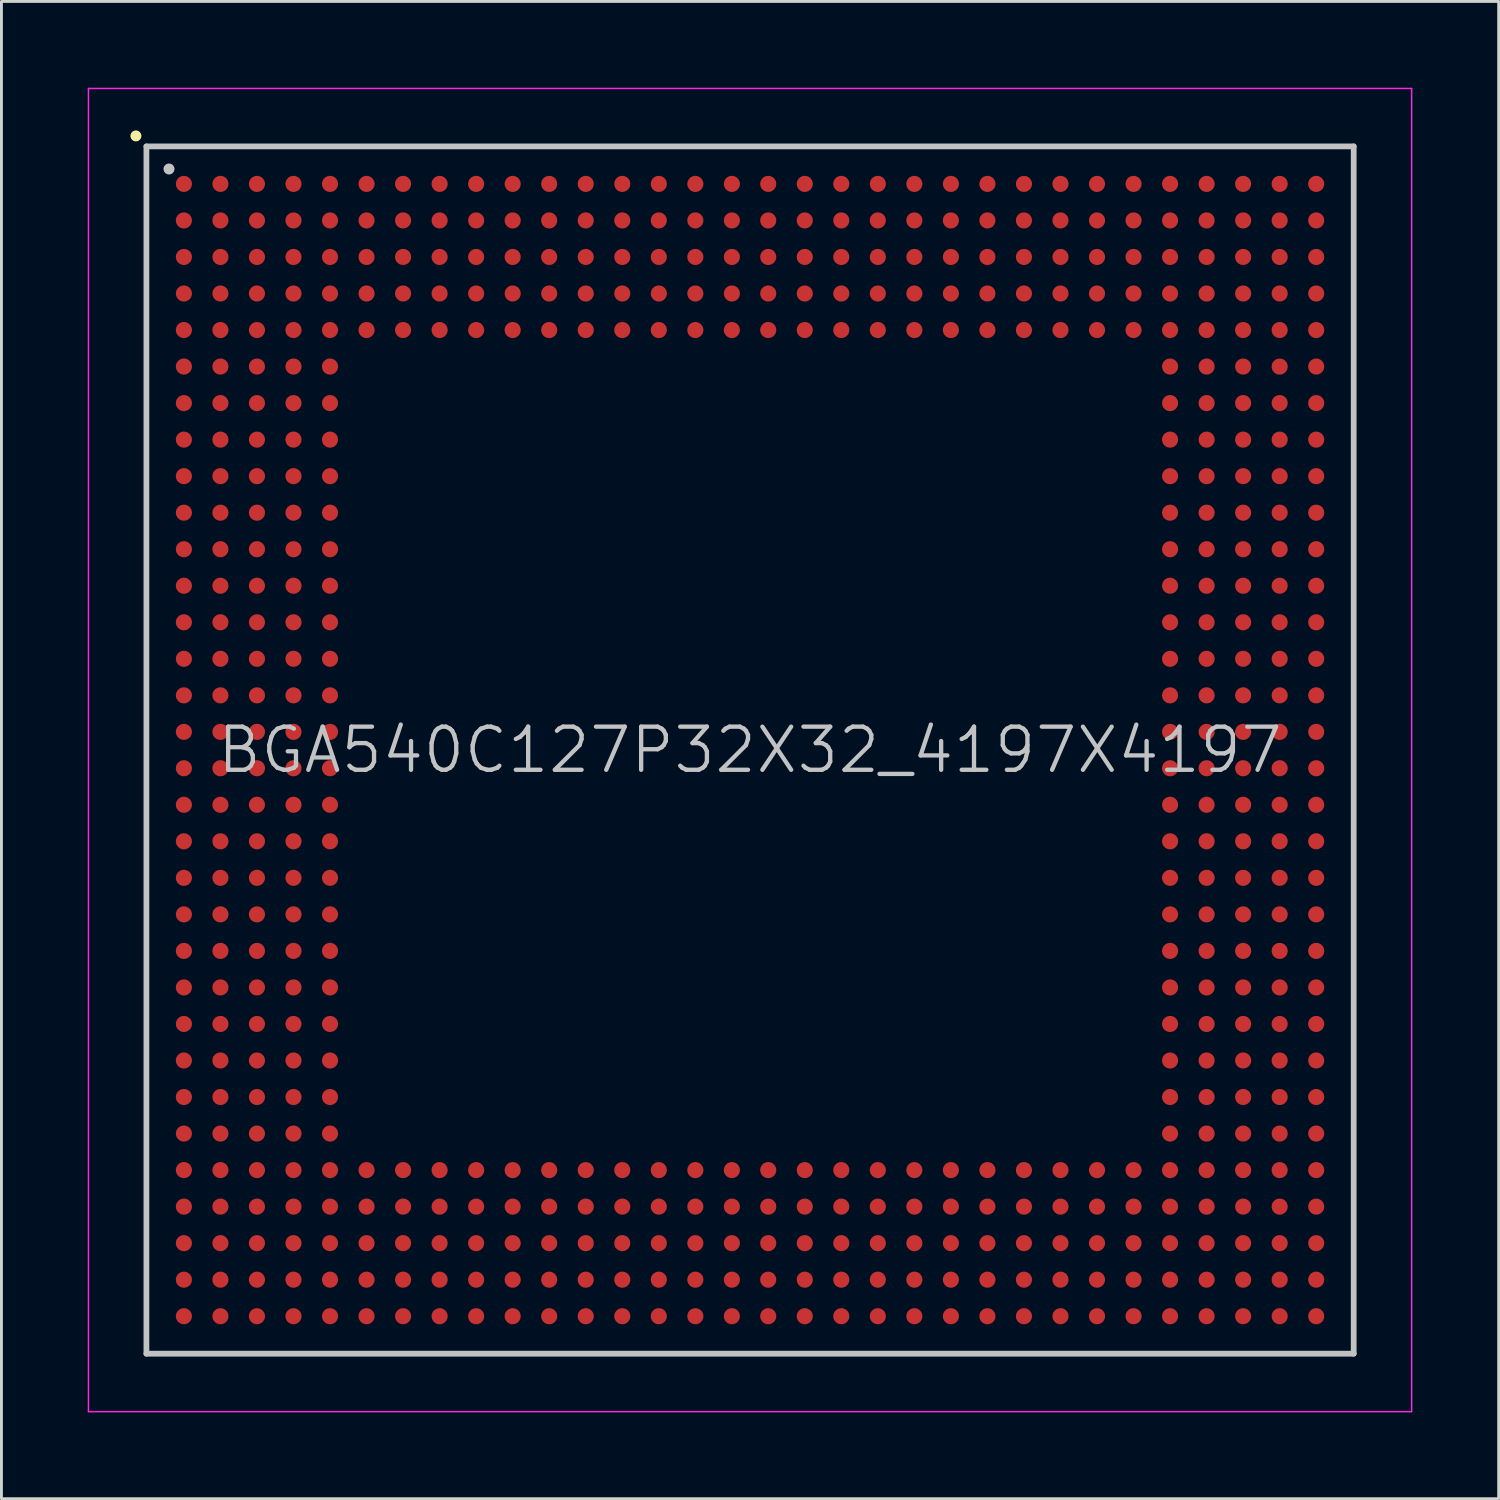
<source format=kicad_pcb>
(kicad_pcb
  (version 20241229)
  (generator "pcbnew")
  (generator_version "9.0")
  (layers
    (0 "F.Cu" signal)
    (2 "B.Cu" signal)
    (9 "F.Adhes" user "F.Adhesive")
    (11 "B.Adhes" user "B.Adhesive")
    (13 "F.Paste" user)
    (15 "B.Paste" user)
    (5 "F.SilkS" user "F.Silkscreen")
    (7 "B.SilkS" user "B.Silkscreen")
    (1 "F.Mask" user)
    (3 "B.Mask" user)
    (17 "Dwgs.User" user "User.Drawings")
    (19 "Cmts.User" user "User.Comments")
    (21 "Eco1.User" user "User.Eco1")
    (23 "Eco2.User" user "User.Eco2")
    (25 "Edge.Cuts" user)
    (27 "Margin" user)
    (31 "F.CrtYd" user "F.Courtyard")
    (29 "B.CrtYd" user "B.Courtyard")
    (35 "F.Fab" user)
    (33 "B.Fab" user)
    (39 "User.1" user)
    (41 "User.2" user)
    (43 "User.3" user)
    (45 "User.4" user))
  (footprint "BGA540C127P32X32_4197X4197"
    (layer "F.Cu")
    (at 23.025 23.025)
    (property "Reference" "BGA540C127P32X32_4197X4197" (at 0 0 0) (layer "Dwgs.User") (effects (font (size 1.5 1.5) (thickness 0.15))))
    (attr smd)
    (fp_line (start -21.35 -21.35) (end -21.35 -21.35) (stroke (width 0.381) (type solid)) (layer "F.SilkS"))
    (fp_line (start -20.985 -20.985) (end -20.985 20.985) (stroke (width 0.2) (type solid)) (layer "Dwgs.User"))
    (fp_line (start -20.985 -20.985) (end 20.985 -20.985) (stroke (width 0.2) (type solid)) (layer "Dwgs.User"))
    (fp_line (start -20.985 20.985) (end 20.985 20.985) (stroke (width 0.2) (type solid)) (layer "Dwgs.User"))
    (fp_line (start -20.2 -20.2) (end -20.2 -20.2) (stroke (width 0.381) (type solid)) (layer "Dwgs.User"))
    (fp_line (start 20.985 -20.985) (end 20.985 20.985) (stroke (width 0.2) (type solid)) (layer "Dwgs.User"))
    (fp_line (start -23 -23) (end -23 23) (stroke (width 0.05) (type solid)) (layer "F.CrtYd"))
    (fp_line (start -23 -23) (end 23 -23) (stroke (width 0.05) (type solid)) (layer "F.CrtYd"))
    (fp_line (start -23 23) (end 23 23) (stroke (width 0.05) (type solid)) (layer "F.CrtYd"))
    (fp_line (start 23 -23) (end 23 23) (stroke (width 0.05) (type solid)) (layer "F.CrtYd"))
    (pad "A1" smd circle (at -19.682 -19.682 270) (size 0.56 0.56) (layers "F.Cu" "F.Mask" "F.Paste"))
    (pad "A2" smd circle (at -18.412 -19.682 270) (size 0.56 0.56) (layers "F.Cu" "F.Mask" "F.Paste"))
    (pad "A3" smd circle (at -17.142 -19.682 270) (size 0.56 0.56) (layers "F.Cu" "F.Mask" "F.Paste"))
    (pad "A4" smd circle (at -15.872 -19.682 270) (size 0.56 0.56) (layers "F.Cu" "F.Mask" "F.Paste"))
    (pad "A5" smd circle (at -14.602 -19.682 270) (size 0.56 0.56) (layers "F.Cu" "F.Mask" "F.Paste"))
    (pad "A6" smd circle (at -13.332 -19.682 270) (size 0.56 0.56) (layers "F.Cu" "F.Mask" "F.Paste"))
    (pad "A7" smd circle (at -12.062 -19.682 270) (size 0.56 0.56) (layers "F.Cu" "F.Mask" "F.Paste"))
    (pad "A8" smd circle (at -10.792 -19.682 270) (size 0.56 0.56) (layers "F.Cu" "F.Mask" "F.Paste"))
    (pad "A9" smd circle (at -9.522 -19.682 270) (size 0.56 0.56) (layers "F.Cu" "F.Mask" "F.Paste"))
    (pad "A10" smd circle (at -8.252 -19.682 270) (size 0.56 0.56) (layers "F.Cu" "F.Mask" "F.Paste"))
    (pad "A11" smd circle (at -6.982 -19.682 270) (size 0.56 0.56) (layers "F.Cu" "F.Mask" "F.Paste"))
    (pad "A12" smd circle (at -5.712 -19.682 270) (size 0.56 0.56) (layers "F.Cu" "F.Mask" "F.Paste"))
    (pad "A13" smd circle (at -4.442 -19.682 270) (size 0.56 0.56) (layers "F.Cu" "F.Mask" "F.Paste"))
    (pad "A14" smd circle (at -3.172 -19.682 270) (size 0.56 0.56) (layers "F.Cu" "F.Mask" "F.Paste"))
    (pad "A15" smd circle (at -1.902 -19.682 270) (size 0.56 0.56) (layers "F.Cu" "F.Mask" "F.Paste"))
    (pad "A16" smd circle (at -0.632 -19.682 270) (size 0.56 0.56) (layers "F.Cu" "F.Mask" "F.Paste"))
    (pad "A17" smd circle (at 0.632 -19.682 270) (size 0.56 0.56) (layers "F.Cu" "F.Mask" "F.Paste"))
    (pad "A18" smd circle (at 1.902 -19.682 270) (size 0.56 0.56) (layers "F.Cu" "F.Mask" "F.Paste"))
    (pad "A19" smd circle (at 3.172 -19.682 270) (size 0.56 0.56) (layers "F.Cu" "F.Mask" "F.Paste"))
    (pad "A20" smd circle (at 4.442 -19.682 270) (size 0.56 0.56) (layers "F.Cu" "F.Mask" "F.Paste"))
    (pad "A21" smd circle (at 5.712 -19.682 270) (size 0.56 0.56) (layers "F.Cu" "F.Mask" "F.Paste"))
    (pad "A22" smd circle (at 6.982 -19.682 270) (size 0.56 0.56) (layers "F.Cu" "F.Mask" "F.Paste"))
    (pad "A23" smd circle (at 8.252 -19.682 270) (size 0.56 0.56) (layers "F.Cu" "F.Mask" "F.Paste"))
    (pad "A24" smd circle (at 9.522 -19.682 270) (size 0.56 0.56) (layers "F.Cu" "F.Mask" "F.Paste"))
    (pad "A25" smd circle (at 10.792 -19.682 270) (size 0.56 0.56) (layers "F.Cu" "F.Mask" "F.Paste"))
    (pad "A26" smd circle (at 12.062 -19.682 270) (size 0.56 0.56) (layers "F.Cu" "F.Mask" "F.Paste"))
    (pad "A27" smd circle (at 13.332 -19.682 270) (size 0.56 0.56) (layers "F.Cu" "F.Mask" "F.Paste"))
    (pad "A28" smd circle (at 14.602 -19.682 270) (size 0.56 0.56) (layers "F.Cu" "F.Mask" "F.Paste"))
    (pad "A29" smd circle (at 15.872 -19.682 270) (size 0.56 0.56) (layers "F.Cu" "F.Mask" "F.Paste"))
    (pad "A30" smd circle (at 17.142 -19.682 270) (size 0.56 0.56) (layers "F.Cu" "F.Mask" "F.Paste"))
    (pad "A31" smd circle (at 18.412 -19.682 270) (size 0.56 0.56) (layers "F.Cu" "F.Mask" "F.Paste"))
    (pad "A32" smd circle (at 19.682 -19.682 270) (size 0.56 0.56) (layers "F.Cu" "F.Mask" "F.Paste"))
    (pad "AA1" smd circle (at -19.682 5.712 270) (size 0.56 0.56) (layers "F.Cu" "F.Mask" "F.Paste"))
    (pad "AA2" smd circle (at -18.412 5.712 270) (size 0.56 0.56) (layers "F.Cu" "F.Mask" "F.Paste"))
    (pad "AA3" smd circle (at -17.142 5.712 270) (size 0.56 0.56) (layers "F.Cu" "F.Mask" "F.Paste"))
    (pad "AA4" smd circle (at -15.872 5.712 270) (size 0.56 0.56) (layers "F.Cu" "F.Mask" "F.Paste"))
    (pad "AA5" smd circle (at -14.602 5.712 270) (size 0.56 0.56) (layers "F.Cu" "F.Mask" "F.Paste"))
    (pad "AA28" smd circle (at 14.602 5.712 270) (size 0.56 0.56) (layers "F.Cu" "F.Mask" "F.Paste"))
    (pad "AA29" smd circle (at 15.872 5.712 270) (size 0.56 0.56) (layers "F.Cu" "F.Mask" "F.Paste"))
    (pad "AA30" smd circle (at 17.142 5.712 270) (size 0.56 0.56) (layers "F.Cu" "F.Mask" "F.Paste"))
    (pad "AA31" smd circle (at 18.412 5.712 270) (size 0.56 0.56) (layers "F.Cu" "F.Mask" "F.Paste"))
    (pad "AA32" smd circle (at 19.682 5.712 270) (size 0.56 0.56) (layers "F.Cu" "F.Mask" "F.Paste"))
    (pad "AB1" smd circle (at -19.682 6.982 270) (size 0.56 0.56) (layers "F.Cu" "F.Mask" "F.Paste"))
    (pad "AB2" smd circle (at -18.412 6.982 270) (size 0.56 0.56) (layers "F.Cu" "F.Mask" "F.Paste"))
    (pad "AB3" smd circle (at -17.142 6.982 270) (size 0.56 0.56) (layers "F.Cu" "F.Mask" "F.Paste"))
    (pad "AB4" smd circle (at -15.872 6.982 270) (size 0.56 0.56) (layers "F.Cu" "F.Mask" "F.Paste"))
    (pad "AB5" smd circle (at -14.602 6.982 270) (size 0.56 0.56) (layers "F.Cu" "F.Mask" "F.Paste"))
    (pad "AB28" smd circle (at 14.602 6.982 270) (size 0.56 0.56) (layers "F.Cu" "F.Mask" "F.Paste"))
    (pad "AB29" smd circle (at 15.872 6.982 270) (size 0.56 0.56) (layers "F.Cu" "F.Mask" "F.Paste"))
    (pad "AB30" smd circle (at 17.142 6.982 270) (size 0.56 0.56) (layers "F.Cu" "F.Mask" "F.Paste"))
    (pad "AB31" smd circle (at 18.412 6.982 270) (size 0.56 0.56) (layers "F.Cu" "F.Mask" "F.Paste"))
    (pad "AB32" smd circle (at 19.682 6.982 270) (size 0.56 0.56) (layers "F.Cu" "F.Mask" "F.Paste"))
    (pad "AC1" smd circle (at -19.682 8.252 270) (size 0.56 0.56) (layers "F.Cu" "F.Mask" "F.Paste"))
    (pad "AC2" smd circle (at -18.412 8.252 270) (size 0.56 0.56) (layers "F.Cu" "F.Mask" "F.Paste"))
    (pad "AC3" smd circle (at -17.142 8.252 270) (size 0.56 0.56) (layers "F.Cu" "F.Mask" "F.Paste"))
    (pad "AC4" smd circle (at -15.872 8.252 270) (size 0.56 0.56) (layers "F.Cu" "F.Mask" "F.Paste"))
    (pad "AC5" smd circle (at -14.602 8.252 270) (size 0.56 0.56) (layers "F.Cu" "F.Mask" "F.Paste"))
    (pad "AC28" smd circle (at 14.602 8.252 270) (size 0.56 0.56) (layers "F.Cu" "F.Mask" "F.Paste"))
    (pad "AC29" smd circle (at 15.872 8.252 270) (size 0.56 0.56) (layers "F.Cu" "F.Mask" "F.Paste"))
    (pad "AC30" smd circle (at 17.142 8.252 270) (size 0.56 0.56) (layers "F.Cu" "F.Mask" "F.Paste"))
    (pad "AC31" smd circle (at 18.412 8.252 270) (size 0.56 0.56) (layers "F.Cu" "F.Mask" "F.Paste"))
    (pad "AC32" smd circle (at 19.682 8.252 270) (size 0.56 0.56) (layers "F.Cu" "F.Mask" "F.Paste"))
    (pad "AD1" smd circle (at -19.682 9.522 270) (size 0.56 0.56) (layers "F.Cu" "F.Mask" "F.Paste"))
    (pad "AD2" smd circle (at -18.412 9.522 270) (size 0.56 0.56) (layers "F.Cu" "F.Mask" "F.Paste"))
    (pad "AD3" smd circle (at -17.142 9.522 270) (size 0.56 0.56) (layers "F.Cu" "F.Mask" "F.Paste"))
    (pad "AD4" smd circle (at -15.872 9.522 270) (size 0.56 0.56) (layers "F.Cu" "F.Mask" "F.Paste"))
    (pad "AD5" smd circle (at -14.602 9.522 270) (size 0.56 0.56) (layers "F.Cu" "F.Mask" "F.Paste"))
    (pad "AD28" smd circle (at 14.602 9.522 270) (size 0.56 0.56) (layers "F.Cu" "F.Mask" "F.Paste"))
    (pad "AD29" smd circle (at 15.872 9.522 270) (size 0.56 0.56) (layers "F.Cu" "F.Mask" "F.Paste"))
    (pad "AD30" smd circle (at 17.142 9.522 270) (size 0.56 0.56) (layers "F.Cu" "F.Mask" "F.Paste"))
    (pad "AD31" smd circle (at 18.412 9.522 270) (size 0.56 0.56) (layers "F.Cu" "F.Mask" "F.Paste"))
    (pad "AD32" smd circle (at 19.682 9.522 270) (size 0.56 0.56) (layers "F.Cu" "F.Mask" "F.Paste"))
    (pad "AE1" smd circle (at -19.682 10.792 270) (size 0.56 0.56) (layers "F.Cu" "F.Mask" "F.Paste"))
    (pad "AE2" smd circle (at -18.412 10.792 270) (size 0.56 0.56) (layers "F.Cu" "F.Mask" "F.Paste"))
    (pad "AE3" smd circle (at -17.142 10.792 270) (size 0.56 0.56) (layers "F.Cu" "F.Mask" "F.Paste"))
    (pad "AE4" smd circle (at -15.872 10.792 270) (size 0.56 0.56) (layers "F.Cu" "F.Mask" "F.Paste"))
    (pad "AE5" smd circle (at -14.602 10.792 270) (size 0.56 0.56) (layers "F.Cu" "F.Mask" "F.Paste"))
    (pad "AE28" smd circle (at 14.602 10.792 270) (size 0.56 0.56) (layers "F.Cu" "F.Mask" "F.Paste"))
    (pad "AE29" smd circle (at 15.872 10.792 270) (size 0.56 0.56) (layers "F.Cu" "F.Mask" "F.Paste"))
    (pad "AE30" smd circle (at 17.142 10.792 270) (size 0.56 0.56) (layers "F.Cu" "F.Mask" "F.Paste"))
    (pad "AE31" smd circle (at 18.412 10.792 270) (size 0.56 0.56) (layers "F.Cu" "F.Mask" "F.Paste"))
    (pad "AE32" smd circle (at 19.682 10.792 270) (size 0.56 0.56) (layers "F.Cu" "F.Mask" "F.Paste"))
    (pad "AF1" smd circle (at -19.682 12.062 270) (size 0.56 0.56) (layers "F.Cu" "F.Mask" "F.Paste"))
    (pad "AF2" smd circle (at -18.412 12.062 270) (size 0.56 0.56) (layers "F.Cu" "F.Mask" "F.Paste"))
    (pad "AF3" smd circle (at -17.142 12.062 270) (size 0.56 0.56) (layers "F.Cu" "F.Mask" "F.Paste"))
    (pad "AF4" smd circle (at -15.872 12.062 270) (size 0.56 0.56) (layers "F.Cu" "F.Mask" "F.Paste"))
    (pad "AF5" smd circle (at -14.602 12.062 270) (size 0.56 0.56) (layers "F.Cu" "F.Mask" "F.Paste"))
    (pad "AF28" smd circle (at 14.602 12.062 270) (size 0.56 0.56) (layers "F.Cu" "F.Mask" "F.Paste"))
    (pad "AF29" smd circle (at 15.872 12.062 270) (size 0.56 0.56) (layers "F.Cu" "F.Mask" "F.Paste"))
    (pad "AF30" smd circle (at 17.142 12.062 270) (size 0.56 0.56) (layers "F.Cu" "F.Mask" "F.Paste"))
    (pad "AF31" smd circle (at 18.412 12.062 270) (size 0.56 0.56) (layers "F.Cu" "F.Mask" "F.Paste"))
    (pad "AF32" smd circle (at 19.682 12.062 270) (size 0.56 0.56) (layers "F.Cu" "F.Mask" "F.Paste"))
    (pad "AG1" smd circle (at -19.682 13.332 270) (size 0.56 0.56) (layers "F.Cu" "F.Mask" "F.Paste"))
    (pad "AG2" smd circle (at -18.412 13.332 270) (size 0.56 0.56) (layers "F.Cu" "F.Mask" "F.Paste"))
    (pad "AG3" smd circle (at -17.142 13.332 270) (size 0.56 0.56) (layers "F.Cu" "F.Mask" "F.Paste"))
    (pad "AG4" smd circle (at -15.872 13.332 270) (size 0.56 0.56) (layers "F.Cu" "F.Mask" "F.Paste"))
    (pad "AG5" smd circle (at -14.602 13.332 270) (size 0.56 0.56) (layers "F.Cu" "F.Mask" "F.Paste"))
    (pad "AG28" smd circle (at 14.602 13.332 270) (size 0.56 0.56) (layers "F.Cu" "F.Mask" "F.Paste"))
    (pad "AG29" smd circle (at 15.872 13.332 270) (size 0.56 0.56) (layers "F.Cu" "F.Mask" "F.Paste"))
    (pad "AG30" smd circle (at 17.142 13.332 270) (size 0.56 0.56) (layers "F.Cu" "F.Mask" "F.Paste"))
    (pad "AG31" smd circle (at 18.412 13.332 270) (size 0.56 0.56) (layers "F.Cu" "F.Mask" "F.Paste"))
    (pad "AG32" smd circle (at 19.682 13.332 270) (size 0.56 0.56) (layers "F.Cu" "F.Mask" "F.Paste"))
    (pad "AH1" smd circle (at -19.682 14.602 270) (size 0.56 0.56) (layers "F.Cu" "F.Mask" "F.Paste"))
    (pad "AH2" smd circle (at -18.412 14.602 270) (size 0.56 0.56) (layers "F.Cu" "F.Mask" "F.Paste"))
    (pad "AH3" smd circle (at -17.142 14.602 270) (size 0.56 0.56) (layers "F.Cu" "F.Mask" "F.Paste"))
    (pad "AH4" smd circle (at -15.872 14.602 270) (size 0.56 0.56) (layers "F.Cu" "F.Mask" "F.Paste"))
    (pad "AH5" smd circle (at -14.602 14.602 270) (size 0.56 0.56) (layers "F.Cu" "F.Mask" "F.Paste"))
    (pad "AH6" smd circle (at -13.332 14.602 270) (size 0.56 0.56) (layers "F.Cu" "F.Mask" "F.Paste"))
    (pad "AH7" smd circle (at -12.062 14.602 270) (size 0.56 0.56) (layers "F.Cu" "F.Mask" "F.Paste"))
    (pad "AH8" smd circle (at -10.792 14.602 270) (size 0.56 0.56) (layers "F.Cu" "F.Mask" "F.Paste"))
    (pad "AH9" smd circle (at -9.522 14.602 270) (size 0.56 0.56) (layers "F.Cu" "F.Mask" "F.Paste"))
    (pad "AH10" smd circle (at -8.252 14.602 270) (size 0.56 0.56) (layers "F.Cu" "F.Mask" "F.Paste"))
    (pad "AH11" smd circle (at -6.982 14.602 270) (size 0.56 0.56) (layers "F.Cu" "F.Mask" "F.Paste"))
    (pad "AH12" smd circle (at -5.712 14.602 270) (size 0.56 0.56) (layers "F.Cu" "F.Mask" "F.Paste"))
    (pad "AH13" smd circle (at -4.442 14.602 270) (size 0.56 0.56) (layers "F.Cu" "F.Mask" "F.Paste"))
    (pad "AH14" smd circle (at -3.172 14.602 270) (size 0.56 0.56) (layers "F.Cu" "F.Mask" "F.Paste"))
    (pad "AH15" smd circle (at -1.902 14.602 270) (size 0.56 0.56) (layers "F.Cu" "F.Mask" "F.Paste"))
    (pad "AH16" smd circle (at -0.632 14.602 270) (size 0.56 0.56) (layers "F.Cu" "F.Mask" "F.Paste"))
    (pad "AH17" smd circle (at 0.632 14.602 270) (size 0.56 0.56) (layers "F.Cu" "F.Mask" "F.Paste"))
    (pad "AH18" smd circle (at 1.902 14.602 270) (size 0.56 0.56) (layers "F.Cu" "F.Mask" "F.Paste"))
    (pad "AH19" smd circle (at 3.172 14.602 270) (size 0.56 0.56) (layers "F.Cu" "F.Mask" "F.Paste"))
    (pad "AH20" smd circle (at 4.442 14.602 270) (size 0.56 0.56) (layers "F.Cu" "F.Mask" "F.Paste"))
    (pad "AH21" smd circle (at 5.712 14.602 270) (size 0.56 0.56) (layers "F.Cu" "F.Mask" "F.Paste"))
    (pad "AH22" smd circle (at 6.982 14.602 270) (size 0.56 0.56) (layers "F.Cu" "F.Mask" "F.Paste"))
    (pad "AH23" smd circle (at 8.252 14.602 270) (size 0.56 0.56) (layers "F.Cu" "F.Mask" "F.Paste"))
    (pad "AH24" smd circle (at 9.522 14.602 270) (size 0.56 0.56) (layers "F.Cu" "F.Mask" "F.Paste"))
    (pad "AH25" smd circle (at 10.792 14.602 270) (size 0.56 0.56) (layers "F.Cu" "F.Mask" "F.Paste"))
    (pad "AH26" smd circle (at 12.062 14.602 270) (size 0.56 0.56) (layers "F.Cu" "F.Mask" "F.Paste"))
    (pad "AH27" smd circle (at 13.332 14.602 270) (size 0.56 0.56) (layers "F.Cu" "F.Mask" "F.Paste"))
    (pad "AH28" smd circle (at 14.602 14.602 270) (size 0.56 0.56) (layers "F.Cu" "F.Mask" "F.Paste"))
    (pad "AH29" smd circle (at 15.872 14.602 270) (size 0.56 0.56) (layers "F.Cu" "F.Mask" "F.Paste"))
    (pad "AH30" smd circle (at 17.142 14.602 270) (size 0.56 0.56) (layers "F.Cu" "F.Mask" "F.Paste"))
    (pad "AH31" smd circle (at 18.412 14.602 270) (size 0.56 0.56) (layers "F.Cu" "F.Mask" "F.Paste"))
    (pad "AH32" smd circle (at 19.682 14.602 270) (size 0.56 0.56) (layers "F.Cu" "F.Mask" "F.Paste"))
    (pad "AJ1" smd circle (at -19.682 15.872 270) (size 0.56 0.56) (layers "F.Cu" "F.Mask" "F.Paste"))
    (pad "AJ2" smd circle (at -18.412 15.872 270) (size 0.56 0.56) (layers "F.Cu" "F.Mask" "F.Paste"))
    (pad "AJ3" smd circle (at -17.142 15.872 270) (size 0.56 0.56) (layers "F.Cu" "F.Mask" "F.Paste"))
    (pad "AJ4" smd circle (at -15.872 15.872 270) (size 0.56 0.56) (layers "F.Cu" "F.Mask" "F.Paste"))
    (pad "AJ5" smd circle (at -14.602 15.872 270) (size 0.56 0.56) (layers "F.Cu" "F.Mask" "F.Paste"))
    (pad "AJ6" smd circle (at -13.332 15.872 270) (size 0.56 0.56) (layers "F.Cu" "F.Mask" "F.Paste"))
    (pad "AJ7" smd circle (at -12.062 15.872 270) (size 0.56 0.56) (layers "F.Cu" "F.Mask" "F.Paste"))
    (pad "AJ8" smd circle (at -10.792 15.872 270) (size 0.56 0.56) (layers "F.Cu" "F.Mask" "F.Paste"))
    (pad "AJ9" smd circle (at -9.522 15.872 270) (size 0.56 0.56) (layers "F.Cu" "F.Mask" "F.Paste"))
    (pad "AJ10" smd circle (at -8.252 15.872 270) (size 0.56 0.56) (layers "F.Cu" "F.Mask" "F.Paste"))
    (pad "AJ11" smd circle (at -6.982 15.872 270) (size 0.56 0.56) (layers "F.Cu" "F.Mask" "F.Paste"))
    (pad "AJ12" smd circle (at -5.712 15.872 270) (size 0.56 0.56) (layers "F.Cu" "F.Mask" "F.Paste"))
    (pad "AJ13" smd circle (at -4.442 15.872 270) (size 0.56 0.56) (layers "F.Cu" "F.Mask" "F.Paste"))
    (pad "AJ14" smd circle (at -3.172 15.872 270) (size 0.56 0.56) (layers "F.Cu" "F.Mask" "F.Paste"))
    (pad "AJ15" smd circle (at -1.902 15.872 270) (size 0.56 0.56) (layers "F.Cu" "F.Mask" "F.Paste"))
    (pad "AJ16" smd circle (at -0.632 15.872 270) (size 0.56 0.56) (layers "F.Cu" "F.Mask" "F.Paste"))
    (pad "AJ17" smd circle (at 0.632 15.872 270) (size 0.56 0.56) (layers "F.Cu" "F.Mask" "F.Paste"))
    (pad "AJ18" smd circle (at 1.902 15.872 270) (size 0.56 0.56) (layers "F.Cu" "F.Mask" "F.Paste"))
    (pad "AJ19" smd circle (at 3.172 15.872 270) (size 0.56 0.56) (layers "F.Cu" "F.Mask" "F.Paste"))
    (pad "AJ20" smd circle (at 4.442 15.872 270) (size 0.56 0.56) (layers "F.Cu" "F.Mask" "F.Paste"))
    (pad "AJ21" smd circle (at 5.712 15.872 270) (size 0.56 0.56) (layers "F.Cu" "F.Mask" "F.Paste"))
    (pad "AJ22" smd circle (at 6.982 15.872 270) (size 0.56 0.56) (layers "F.Cu" "F.Mask" "F.Paste"))
    (pad "AJ23" smd circle (at 8.252 15.872 270) (size 0.56 0.56) (layers "F.Cu" "F.Mask" "F.Paste"))
    (pad "AJ24" smd circle (at 9.522 15.872 270) (size 0.56 0.56) (layers "F.Cu" "F.Mask" "F.Paste"))
    (pad "AJ25" smd circle (at 10.792 15.872 270) (size 0.56 0.56) (layers "F.Cu" "F.Mask" "F.Paste"))
    (pad "AJ26" smd circle (at 12.062 15.872 270) (size 0.56 0.56) (layers "F.Cu" "F.Mask" "F.Paste"))
    (pad "AJ27" smd circle (at 13.332 15.872 270) (size 0.56 0.56) (layers "F.Cu" "F.Mask" "F.Paste"))
    (pad "AJ28" smd circle (at 14.602 15.872 270) (size 0.56 0.56) (layers "F.Cu" "F.Mask" "F.Paste"))
    (pad "AJ29" smd circle (at 15.872 15.872 270) (size 0.56 0.56) (layers "F.Cu" "F.Mask" "F.Paste"))
    (pad "AJ30" smd circle (at 17.142 15.872 270) (size 0.56 0.56) (layers "F.Cu" "F.Mask" "F.Paste"))
    (pad "AJ31" smd circle (at 18.412 15.872 270) (size 0.56 0.56) (layers "F.Cu" "F.Mask" "F.Paste"))
    (pad "AJ32" smd circle (at 19.682 15.872 270) (size 0.56 0.56) (layers "F.Cu" "F.Mask" "F.Paste"))
    (pad "AK1" smd circle (at -19.682 17.142 270) (size 0.56 0.56) (layers "F.Cu" "F.Mask" "F.Paste"))
    (pad "AK2" smd circle (at -18.412 17.142 270) (size 0.56 0.56) (layers "F.Cu" "F.Mask" "F.Paste"))
    (pad "AK3" smd circle (at -17.142 17.142 270) (size 0.56 0.56) (layers "F.Cu" "F.Mask" "F.Paste"))
    (pad "AK4" smd circle (at -15.872 17.142 270) (size 0.56 0.56) (layers "F.Cu" "F.Mask" "F.Paste"))
    (pad "AK5" smd circle (at -14.602 17.142 270) (size 0.56 0.56) (layers "F.Cu" "F.Mask" "F.Paste"))
    (pad "AK6" smd circle (at -13.332 17.142 270) (size 0.56 0.56) (layers "F.Cu" "F.Mask" "F.Paste"))
    (pad "AK7" smd circle (at -12.062 17.142 270) (size 0.56 0.56) (layers "F.Cu" "F.Mask" "F.Paste"))
    (pad "AK8" smd circle (at -10.792 17.142 270) (size 0.56 0.56) (layers "F.Cu" "F.Mask" "F.Paste"))
    (pad "AK9" smd circle (at -9.522 17.142 270) (size 0.56 0.56) (layers "F.Cu" "F.Mask" "F.Paste"))
    (pad "AK10" smd circle (at -8.252 17.142 270) (size 0.56 0.56) (layers "F.Cu" "F.Mask" "F.Paste"))
    (pad "AK11" smd circle (at -6.982 17.142 270) (size 0.56 0.56) (layers "F.Cu" "F.Mask" "F.Paste"))
    (pad "AK12" smd circle (at -5.712 17.142 270) (size 0.56 0.56) (layers "F.Cu" "F.Mask" "F.Paste"))
    (pad "AK13" smd circle (at -4.442 17.142 270) (size 0.56 0.56) (layers "F.Cu" "F.Mask" "F.Paste"))
    (pad "AK14" smd circle (at -3.172 17.142 270) (size 0.56 0.56) (layers "F.Cu" "F.Mask" "F.Paste"))
    (pad "AK15" smd circle (at -1.902 17.142 270) (size 0.56 0.56) (layers "F.Cu" "F.Mask" "F.Paste"))
    (pad "AK16" smd circle (at -0.632 17.142 270) (size 0.56 0.56) (layers "F.Cu" "F.Mask" "F.Paste"))
    (pad "AK17" smd circle (at 0.632 17.142 270) (size 0.56 0.56) (layers "F.Cu" "F.Mask" "F.Paste"))
    (pad "AK18" smd circle (at 1.902 17.142 270) (size 0.56 0.56) (layers "F.Cu" "F.Mask" "F.Paste"))
    (pad "AK19" smd circle (at 3.172 17.142 270) (size 0.56 0.56) (layers "F.Cu" "F.Mask" "F.Paste"))
    (pad "AK20" smd circle (at 4.442 17.142 270) (size 0.56 0.56) (layers "F.Cu" "F.Mask" "F.Paste"))
    (pad "AK21" smd circle (at 5.712 17.142 270) (size 0.56 0.56) (layers "F.Cu" "F.Mask" "F.Paste"))
    (pad "AK22" smd circle (at 6.982 17.142 270) (size 0.56 0.56) (layers "F.Cu" "F.Mask" "F.Paste"))
    (pad "AK23" smd circle (at 8.252 17.142 270) (size 0.56 0.56) (layers "F.Cu" "F.Mask" "F.Paste"))
    (pad "AK24" smd circle (at 9.522 17.142 270) (size 0.56 0.56) (layers "F.Cu" "F.Mask" "F.Paste"))
    (pad "AK25" smd circle (at 10.792 17.142 270) (size 0.56 0.56) (layers "F.Cu" "F.Mask" "F.Paste"))
    (pad "AK26" smd circle (at 12.062 17.142 270) (size 0.56 0.56) (layers "F.Cu" "F.Mask" "F.Paste"))
    (pad "AK27" smd circle (at 13.332 17.142 270) (size 0.56 0.56) (layers "F.Cu" "F.Mask" "F.Paste"))
    (pad "AK28" smd circle (at 14.602 17.142 270) (size 0.56 0.56) (layers "F.Cu" "F.Mask" "F.Paste"))
    (pad "AK29" smd circle (at 15.872 17.142 270) (size 0.56 0.56) (layers "F.Cu" "F.Mask" "F.Paste"))
    (pad "AK30" smd circle (at 17.142 17.142 270) (size 0.56 0.56) (layers "F.Cu" "F.Mask" "F.Paste"))
    (pad "AK31" smd circle (at 18.412 17.142 270) (size 0.56 0.56) (layers "F.Cu" "F.Mask" "F.Paste"))
    (pad "AK32" smd circle (at 19.682 17.142 270) (size 0.56 0.56) (layers "F.Cu" "F.Mask" "F.Paste"))
    (pad "AL1" smd circle (at -19.682 18.412 270) (size 0.56 0.56) (layers "F.Cu" "F.Mask" "F.Paste"))
    (pad "AL2" smd circle (at -18.412 18.412 270) (size 0.56 0.56) (layers "F.Cu" "F.Mask" "F.Paste"))
    (pad "AL3" smd circle (at -17.142 18.412 270) (size 0.56 0.56) (layers "F.Cu" "F.Mask" "F.Paste"))
    (pad "AL4" smd circle (at -15.872 18.412 270) (size 0.56 0.56) (layers "F.Cu" "F.Mask" "F.Paste"))
    (pad "AL5" smd circle (at -14.602 18.412 270) (size 0.56 0.56) (layers "F.Cu" "F.Mask" "F.Paste"))
    (pad "AL6" smd circle (at -13.332 18.412 270) (size 0.56 0.56) (layers "F.Cu" "F.Mask" "F.Paste"))
    (pad "AL7" smd circle (at -12.062 18.412 270) (size 0.56 0.56) (layers "F.Cu" "F.Mask" "F.Paste"))
    (pad "AL8" smd circle (at -10.792 18.412 270) (size 0.56 0.56) (layers "F.Cu" "F.Mask" "F.Paste"))
    (pad "AL9" smd circle (at -9.522 18.412 270) (size 0.56 0.56) (layers "F.Cu" "F.Mask" "F.Paste"))
    (pad "AL10" smd circle (at -8.252 18.412 270) (size 0.56 0.56) (layers "F.Cu" "F.Mask" "F.Paste"))
    (pad "AL11" smd circle (at -6.982 18.412 270) (size 0.56 0.56) (layers "F.Cu" "F.Mask" "F.Paste"))
    (pad "AL12" smd circle (at -5.712 18.412 270) (size 0.56 0.56) (layers "F.Cu" "F.Mask" "F.Paste"))
    (pad "AL13" smd circle (at -4.442 18.412 270) (size 0.56 0.56) (layers "F.Cu" "F.Mask" "F.Paste"))
    (pad "AL14" smd circle (at -3.172 18.412 270) (size 0.56 0.56) (layers "F.Cu" "F.Mask" "F.Paste"))
    (pad "AL15" smd circle (at -1.902 18.412 270) (size 0.56 0.56) (layers "F.Cu" "F.Mask" "F.Paste"))
    (pad "AL16" smd circle (at -0.632 18.412 270) (size 0.56 0.56) (layers "F.Cu" "F.Mask" "F.Paste"))
    (pad "AL17" smd circle (at 0.632 18.412 270) (size 0.56 0.56) (layers "F.Cu" "F.Mask" "F.Paste"))
    (pad "AL18" smd circle (at 1.902 18.412 270) (size 0.56 0.56) (layers "F.Cu" "F.Mask" "F.Paste"))
    (pad "AL19" smd circle (at 3.172 18.412 270) (size 0.56 0.56) (layers "F.Cu" "F.Mask" "F.Paste"))
    (pad "AL20" smd circle (at 4.442 18.412 270) (size 0.56 0.56) (layers "F.Cu" "F.Mask" "F.Paste"))
    (pad "AL21" smd circle (at 5.712 18.412 270) (size 0.56 0.56) (layers "F.Cu" "F.Mask" "F.Paste"))
    (pad "AL22" smd circle (at 6.982 18.412 270) (size 0.56 0.56) (layers "F.Cu" "F.Mask" "F.Paste"))
    (pad "AL23" smd circle (at 8.252 18.412 270) (size 0.56 0.56) (layers "F.Cu" "F.Mask" "F.Paste"))
    (pad "AL24" smd circle (at 9.522 18.412 270) (size 0.56 0.56) (layers "F.Cu" "F.Mask" "F.Paste"))
    (pad "AL25" smd circle (at 10.792 18.412 270) (size 0.56 0.56) (layers "F.Cu" "F.Mask" "F.Paste"))
    (pad "AL26" smd circle (at 12.062 18.412 270) (size 0.56 0.56) (layers "F.Cu" "F.Mask" "F.Paste"))
    (pad "AL27" smd circle (at 13.332 18.412 270) (size 0.56 0.56) (layers "F.Cu" "F.Mask" "F.Paste"))
    (pad "AL28" smd circle (at 14.602 18.412 270) (size 0.56 0.56) (layers "F.Cu" "F.Mask" "F.Paste"))
    (pad "AL29" smd circle (at 15.872 18.412 270) (size 0.56 0.56) (layers "F.Cu" "F.Mask" "F.Paste"))
    (pad "AL30" smd circle (at 17.142 18.412 270) (size 0.56 0.56) (layers "F.Cu" "F.Mask" "F.Paste"))
    (pad "AL31" smd circle (at 18.412 18.412 270) (size 0.56 0.56) (layers "F.Cu" "F.Mask" "F.Paste"))
    (pad "AL32" smd circle (at 19.682 18.412 270) (size 0.56 0.56) (layers "F.Cu" "F.Mask" "F.Paste"))
    (pad "AM1" smd circle (at -19.682 19.682 270) (size 0.56 0.56) (layers "F.Cu" "F.Mask" "F.Paste"))
    (pad "AM2" smd circle (at -18.412 19.682 270) (size 0.56 0.56) (layers "F.Cu" "F.Mask" "F.Paste"))
    (pad "AM3" smd circle (at -17.142 19.682 270) (size 0.56 0.56) (layers "F.Cu" "F.Mask" "F.Paste"))
    (pad "AM4" smd circle (at -15.872 19.682 270) (size 0.56 0.56) (layers "F.Cu" "F.Mask" "F.Paste"))
    (pad "AM5" smd circle (at -14.602 19.682 270) (size 0.56 0.56) (layers "F.Cu" "F.Mask" "F.Paste"))
    (pad "AM6" smd circle (at -13.332 19.682 270) (size 0.56 0.56) (layers "F.Cu" "F.Mask" "F.Paste"))
    (pad "AM7" smd circle (at -12.062 19.682 270) (size 0.56 0.56) (layers "F.Cu" "F.Mask" "F.Paste"))
    (pad "AM8" smd circle (at -10.792 19.682 270) (size 0.56 0.56) (layers "F.Cu" "F.Mask" "F.Paste"))
    (pad "AM9" smd circle (at -9.522 19.682 270) (size 0.56 0.56) (layers "F.Cu" "F.Mask" "F.Paste"))
    (pad "AM10" smd circle (at -8.252 19.682 270) (size 0.56 0.56) (layers "F.Cu" "F.Mask" "F.Paste"))
    (pad "AM11" smd circle (at -6.982 19.682 270) (size 0.56 0.56) (layers "F.Cu" "F.Mask" "F.Paste"))
    (pad "AM12" smd circle (at -5.712 19.682 270) (size 0.56 0.56) (layers "F.Cu" "F.Mask" "F.Paste"))
    (pad "AM13" smd circle (at -4.442 19.682 270) (size 0.56 0.56) (layers "F.Cu" "F.Mask" "F.Paste"))
    (pad "AM14" smd circle (at -3.172 19.682 270) (size 0.56 0.56) (layers "F.Cu" "F.Mask" "F.Paste"))
    (pad "AM15" smd circle (at -1.902 19.682 270) (size 0.56 0.56) (layers "F.Cu" "F.Mask" "F.Paste"))
    (pad "AM16" smd circle (at -0.632 19.682 270) (size 0.56 0.56) (layers "F.Cu" "F.Mask" "F.Paste"))
    (pad "AM17" smd circle (at 0.632 19.682 270) (size 0.56 0.56) (layers "F.Cu" "F.Mask" "F.Paste"))
    (pad "AM18" smd circle (at 1.902 19.682 270) (size 0.56 0.56) (layers "F.Cu" "F.Mask" "F.Paste"))
    (pad "AM19" smd circle (at 3.172 19.682 270) (size 0.56 0.56) (layers "F.Cu" "F.Mask" "F.Paste"))
    (pad "AM20" smd circle (at 4.442 19.682 270) (size 0.56 0.56) (layers "F.Cu" "F.Mask" "F.Paste"))
    (pad "AM21" smd circle (at 5.712 19.682 270) (size 0.56 0.56) (layers "F.Cu" "F.Mask" "F.Paste"))
    (pad "AM22" smd circle (at 6.982 19.682 270) (size 0.56 0.56) (layers "F.Cu" "F.Mask" "F.Paste"))
    (pad "AM23" smd circle (at 8.252 19.682 270) (size 0.56 0.56) (layers "F.Cu" "F.Mask" "F.Paste"))
    (pad "AM24" smd circle (at 9.522 19.682 270) (size 0.56 0.56) (layers "F.Cu" "F.Mask" "F.Paste"))
    (pad "AM25" smd circle (at 10.792 19.682 270) (size 0.56 0.56) (layers "F.Cu" "F.Mask" "F.Paste"))
    (pad "AM26" smd circle (at 12.062 19.682 270) (size 0.56 0.56) (layers "F.Cu" "F.Mask" "F.Paste"))
    (pad "AM27" smd circle (at 13.332 19.682 270) (size 0.56 0.56) (layers "F.Cu" "F.Mask" "F.Paste"))
    (pad "AM28" smd circle (at 14.602 19.682 270) (size 0.56 0.56) (layers "F.Cu" "F.Mask" "F.Paste"))
    (pad "AM29" smd circle (at 15.872 19.682 270) (size 0.56 0.56) (layers "F.Cu" "F.Mask" "F.Paste"))
    (pad "AM30" smd circle (at 17.142 19.682 270) (size 0.56 0.56) (layers "F.Cu" "F.Mask" "F.Paste"))
    (pad "AM31" smd circle (at 18.412 19.682 270) (size 0.56 0.56) (layers "F.Cu" "F.Mask" "F.Paste"))
    (pad "AM32" smd circle (at 19.682 19.682 270) (size 0.56 0.56) (layers "F.Cu" "F.Mask" "F.Paste"))
    (pad "B1" smd circle (at -19.682 -18.412 270) (size 0.56 0.56) (layers "F.Cu" "F.Mask" "F.Paste"))
    (pad "B2" smd circle (at -18.412 -18.412 270) (size 0.56 0.56) (layers "F.Cu" "F.Mask" "F.Paste"))
    (pad "B3" smd circle (at -17.142 -18.412 270) (size 0.56 0.56) (layers "F.Cu" "F.Mask" "F.Paste"))
    (pad "B4" smd circle (at -15.872 -18.412 270) (size 0.56 0.56) (layers "F.Cu" "F.Mask" "F.Paste"))
    (pad "B5" smd circle (at -14.602 -18.412 270) (size 0.56 0.56) (layers "F.Cu" "F.Mask" "F.Paste"))
    (pad "B6" smd circle (at -13.332 -18.412 270) (size 0.56 0.56) (layers "F.Cu" "F.Mask" "F.Paste"))
    (pad "B7" smd circle (at -12.062 -18.412 270) (size 0.56 0.56) (layers "F.Cu" "F.Mask" "F.Paste"))
    (pad "B8" smd circle (at -10.792 -18.412 270) (size 0.56 0.56) (layers "F.Cu" "F.Mask" "F.Paste"))
    (pad "B9" smd circle (at -9.522 -18.412 270) (size 0.56 0.56) (layers "F.Cu" "F.Mask" "F.Paste"))
    (pad "B10" smd circle (at -8.252 -18.412 270) (size 0.56 0.56) (layers "F.Cu" "F.Mask" "F.Paste"))
    (pad "B11" smd circle (at -6.982 -18.412 270) (size 0.56 0.56) (layers "F.Cu" "F.Mask" "F.Paste"))
    (pad "B12" smd circle (at -5.712 -18.412 270) (size 0.56 0.56) (layers "F.Cu" "F.Mask" "F.Paste"))
    (pad "B13" smd circle (at -4.442 -18.412 270) (size 0.56 0.56) (layers "F.Cu" "F.Mask" "F.Paste"))
    (pad "B14" smd circle (at -3.172 -18.412 270) (size 0.56 0.56) (layers "F.Cu" "F.Mask" "F.Paste"))
    (pad "B15" smd circle (at -1.902 -18.412 270) (size 0.56 0.56) (layers "F.Cu" "F.Mask" "F.Paste"))
    (pad "B16" smd circle (at -0.632 -18.412 270) (size 0.56 0.56) (layers "F.Cu" "F.Mask" "F.Paste"))
    (pad "B17" smd circle (at 0.632 -18.412 270) (size 0.56 0.56) (layers "F.Cu" "F.Mask" "F.Paste"))
    (pad "B18" smd circle (at 1.902 -18.412 270) (size 0.56 0.56) (layers "F.Cu" "F.Mask" "F.Paste"))
    (pad "B19" smd circle (at 3.172 -18.412 270) (size 0.56 0.56) (layers "F.Cu" "F.Mask" "F.Paste"))
    (pad "B20" smd circle (at 4.442 -18.412 270) (size 0.56 0.56) (layers "F.Cu" "F.Mask" "F.Paste"))
    (pad "B21" smd circle (at 5.712 -18.412 270) (size 0.56 0.56) (layers "F.Cu" "F.Mask" "F.Paste"))
    (pad "B22" smd circle (at 6.982 -18.412 270) (size 0.56 0.56) (layers "F.Cu" "F.Mask" "F.Paste"))
    (pad "B23" smd circle (at 8.252 -18.412 270) (size 0.56 0.56) (layers "F.Cu" "F.Mask" "F.Paste"))
    (pad "B24" smd circle (at 9.522 -18.412 270) (size 0.56 0.56) (layers "F.Cu" "F.Mask" "F.Paste"))
    (pad "B25" smd circle (at 10.792 -18.412 270) (size 0.56 0.56) (layers "F.Cu" "F.Mask" "F.Paste"))
    (pad "B26" smd circle (at 12.062 -18.412 270) (size 0.56 0.56) (layers "F.Cu" "F.Mask" "F.Paste"))
    (pad "B27" smd circle (at 13.332 -18.412 270) (size 0.56 0.56) (layers "F.Cu" "F.Mask" "F.Paste"))
    (pad "B28" smd circle (at 14.602 -18.412 270) (size 0.56 0.56) (layers "F.Cu" "F.Mask" "F.Paste"))
    (pad "B29" smd circle (at 15.872 -18.412 270) (size 0.56 0.56) (layers "F.Cu" "F.Mask" "F.Paste"))
    (pad "B30" smd circle (at 17.142 -18.412 270) (size 0.56 0.56) (layers "F.Cu" "F.Mask" "F.Paste"))
    (pad "B31" smd circle (at 18.412 -18.412 270) (size 0.56 0.56) (layers "F.Cu" "F.Mask" "F.Paste"))
    (pad "B32" smd circle (at 19.682 -18.412 270) (size 0.56 0.56) (layers "F.Cu" "F.Mask" "F.Paste"))
    (pad "C1" smd circle (at -19.682 -17.142 270) (size 0.56 0.56) (layers "F.Cu" "F.Mask" "F.Paste"))
    (pad "C2" smd circle (at -18.412 -17.142 270) (size 0.56 0.56) (layers "F.Cu" "F.Mask" "F.Paste"))
    (pad "C3" smd circle (at -17.142 -17.142 270) (size 0.56 0.56) (layers "F.Cu" "F.Mask" "F.Paste"))
    (pad "C4" smd circle (at -15.872 -17.142 270) (size 0.56 0.56) (layers "F.Cu" "F.Mask" "F.Paste"))
    (pad "C5" smd circle (at -14.602 -17.142 270) (size 0.56 0.56) (layers "F.Cu" "F.Mask" "F.Paste"))
    (pad "C6" smd circle (at -13.332 -17.142 270) (size 0.56 0.56) (layers "F.Cu" "F.Mask" "F.Paste"))
    (pad "C7" smd circle (at -12.062 -17.142 270) (size 0.56 0.56) (layers "F.Cu" "F.Mask" "F.Paste"))
    (pad "C8" smd circle (at -10.792 -17.142 270) (size 0.56 0.56) (layers "F.Cu" "F.Mask" "F.Paste"))
    (pad "C9" smd circle (at -9.522 -17.142 270) (size 0.56 0.56) (layers "F.Cu" "F.Mask" "F.Paste"))
    (pad "C10" smd circle (at -8.252 -17.142 270) (size 0.56 0.56) (layers "F.Cu" "F.Mask" "F.Paste"))
    (pad "C11" smd circle (at -6.982 -17.142 270) (size 0.56 0.56) (layers "F.Cu" "F.Mask" "F.Paste"))
    (pad "C12" smd circle (at -5.712 -17.142 270) (size 0.56 0.56) (layers "F.Cu" "F.Mask" "F.Paste"))
    (pad "C13" smd circle (at -4.442 -17.142 270) (size 0.56 0.56) (layers "F.Cu" "F.Mask" "F.Paste"))
    (pad "C14" smd circle (at -3.172 -17.142 270) (size 0.56 0.56) (layers "F.Cu" "F.Mask" "F.Paste"))
    (pad "C15" smd circle (at -1.902 -17.142 270) (size 0.56 0.56) (layers "F.Cu" "F.Mask" "F.Paste"))
    (pad "C16" smd circle (at -0.632 -17.142 270) (size 0.56 0.56) (layers "F.Cu" "F.Mask" "F.Paste"))
    (pad "C17" smd circle (at 0.632 -17.142 270) (size 0.56 0.56) (layers "F.Cu" "F.Mask" "F.Paste"))
    (pad "C18" smd circle (at 1.902 -17.142 270) (size 0.56 0.56) (layers "F.Cu" "F.Mask" "F.Paste"))
    (pad "C19" smd circle (at 3.172 -17.142 270) (size 0.56 0.56) (layers "F.Cu" "F.Mask" "F.Paste"))
    (pad "C20" smd circle (at 4.442 -17.142 270) (size 0.56 0.56) (layers "F.Cu" "F.Mask" "F.Paste"))
    (pad "C21" smd circle (at 5.712 -17.142 270) (size 0.56 0.56) (layers "F.Cu" "F.Mask" "F.Paste"))
    (pad "C22" smd circle (at 6.982 -17.142 270) (size 0.56 0.56) (layers "F.Cu" "F.Mask" "F.Paste"))
    (pad "C23" smd circle (at 8.252 -17.142 270) (size 0.56 0.56) (layers "F.Cu" "F.Mask" "F.Paste"))
    (pad "C24" smd circle (at 9.522 -17.142 270) (size 0.56 0.56) (layers "F.Cu" "F.Mask" "F.Paste"))
    (pad "C25" smd circle (at 10.792 -17.142 270) (size 0.56 0.56) (layers "F.Cu" "F.Mask" "F.Paste"))
    (pad "C26" smd circle (at 12.062 -17.142 270) (size 0.56 0.56) (layers "F.Cu" "F.Mask" "F.Paste"))
    (pad "C27" smd circle (at 13.332 -17.142 270) (size 0.56 0.56) (layers "F.Cu" "F.Mask" "F.Paste"))
    (pad "C28" smd circle (at 14.602 -17.142 270) (size 0.56 0.56) (layers "F.Cu" "F.Mask" "F.Paste"))
    (pad "C29" smd circle (at 15.872 -17.142 270) (size 0.56 0.56) (layers "F.Cu" "F.Mask" "F.Paste"))
    (pad "C30" smd circle (at 17.142 -17.142 270) (size 0.56 0.56) (layers "F.Cu" "F.Mask" "F.Paste"))
    (pad "C31" smd circle (at 18.412 -17.142 270) (size 0.56 0.56) (layers "F.Cu" "F.Mask" "F.Paste"))
    (pad "C32" smd circle (at 19.682 -17.142 270) (size 0.56 0.56) (layers "F.Cu" "F.Mask" "F.Paste"))
    (pad "D1" smd circle (at -19.682 -15.872 270) (size 0.56 0.56) (layers "F.Cu" "F.Mask" "F.Paste"))
    (pad "D2" smd circle (at -18.412 -15.872 270) (size 0.56 0.56) (layers "F.Cu" "F.Mask" "F.Paste"))
    (pad "D3" smd circle (at -17.142 -15.872 270) (size 0.56 0.56) (layers "F.Cu" "F.Mask" "F.Paste"))
    (pad "D4" smd circle (at -15.872 -15.872 270) (size 0.56 0.56) (layers "F.Cu" "F.Mask" "F.Paste"))
    (pad "D5" smd circle (at -14.602 -15.872 270) (size 0.56 0.56) (layers "F.Cu" "F.Mask" "F.Paste"))
    (pad "D6" smd circle (at -13.332 -15.872 270) (size 0.56 0.56) (layers "F.Cu" "F.Mask" "F.Paste"))
    (pad "D7" smd circle (at -12.062 -15.872 270) (size 0.56 0.56) (layers "F.Cu" "F.Mask" "F.Paste"))
    (pad "D8" smd circle (at -10.792 -15.872 270) (size 0.56 0.56) (layers "F.Cu" "F.Mask" "F.Paste"))
    (pad "D9" smd circle (at -9.522 -15.872 270) (size 0.56 0.56) (layers "F.Cu" "F.Mask" "F.Paste"))
    (pad "D10" smd circle (at -8.252 -15.872 270) (size 0.56 0.56) (layers "F.Cu" "F.Mask" "F.Paste"))
    (pad "D11" smd circle (at -6.982 -15.872 270) (size 0.56 0.56) (layers "F.Cu" "F.Mask" "F.Paste"))
    (pad "D12" smd circle (at -5.712 -15.872 270) (size 0.56 0.56) (layers "F.Cu" "F.Mask" "F.Paste"))
    (pad "D13" smd circle (at -4.442 -15.872 270) (size 0.56 0.56) (layers "F.Cu" "F.Mask" "F.Paste"))
    (pad "D14" smd circle (at -3.172 -15.872 270) (size 0.56 0.56) (layers "F.Cu" "F.Mask" "F.Paste"))
    (pad "D15" smd circle (at -1.902 -15.872 270) (size 0.56 0.56) (layers "F.Cu" "F.Mask" "F.Paste"))
    (pad "D16" smd circle (at -0.632 -15.872 270) (size 0.56 0.56) (layers "F.Cu" "F.Mask" "F.Paste"))
    (pad "D17" smd circle (at 0.632 -15.872 270) (size 0.56 0.56) (layers "F.Cu" "F.Mask" "F.Paste"))
    (pad "D18" smd circle (at 1.902 -15.872 270) (size 0.56 0.56) (layers "F.Cu" "F.Mask" "F.Paste"))
    (pad "D19" smd circle (at 3.172 -15.872 270) (size 0.56 0.56) (layers "F.Cu" "F.Mask" "F.Paste"))
    (pad "D20" smd circle (at 4.442 -15.872 270) (size 0.56 0.56) (layers "F.Cu" "F.Mask" "F.Paste"))
    (pad "D21" smd circle (at 5.712 -15.872 270) (size 0.56 0.56) (layers "F.Cu" "F.Mask" "F.Paste"))
    (pad "D22" smd circle (at 6.982 -15.872 270) (size 0.56 0.56) (layers "F.Cu" "F.Mask" "F.Paste"))
    (pad "D23" smd circle (at 8.252 -15.872 270) (size 0.56 0.56) (layers "F.Cu" "F.Mask" "F.Paste"))
    (pad "D24" smd circle (at 9.522 -15.872 270) (size 0.56 0.56) (layers "F.Cu" "F.Mask" "F.Paste"))
    (pad "D25" smd circle (at 10.792 -15.872 270) (size 0.56 0.56) (layers "F.Cu" "F.Mask" "F.Paste"))
    (pad "D26" smd circle (at 12.062 -15.872 270) (size 0.56 0.56) (layers "F.Cu" "F.Mask" "F.Paste"))
    (pad "D27" smd circle (at 13.332 -15.872 270) (size 0.56 0.56) (layers "F.Cu" "F.Mask" "F.Paste"))
    (pad "D28" smd circle (at 14.602 -15.872 270) (size 0.56 0.56) (layers "F.Cu" "F.Mask" "F.Paste"))
    (pad "D29" smd circle (at 15.872 -15.872 270) (size 0.56 0.56) (layers "F.Cu" "F.Mask" "F.Paste"))
    (pad "D30" smd circle (at 17.142 -15.872 270) (size 0.56 0.56) (layers "F.Cu" "F.Mask" "F.Paste"))
    (pad "D31" smd circle (at 18.412 -15.872 270) (size 0.56 0.56) (layers "F.Cu" "F.Mask" "F.Paste"))
    (pad "D32" smd circle (at 19.682 -15.872 270) (size 0.56 0.56) (layers "F.Cu" "F.Mask" "F.Paste"))
    (pad "E1" smd circle (at -19.682 -14.602 270) (size 0.56 0.56) (layers "F.Cu" "F.Mask" "F.Paste"))
    (pad "E2" smd circle (at -18.412 -14.602 270) (size 0.56 0.56) (layers "F.Cu" "F.Mask" "F.Paste"))
    (pad "E3" smd circle (at -17.142 -14.602 270) (size 0.56 0.56) (layers "F.Cu" "F.Mask" "F.Paste"))
    (pad "E4" smd circle (at -15.872 -14.602 270) (size 0.56 0.56) (layers "F.Cu" "F.Mask" "F.Paste"))
    (pad "E5" smd circle (at -14.602 -14.602 270) (size 0.56 0.56) (layers "F.Cu" "F.Mask" "F.Paste"))
    (pad "E6" smd circle (at -13.332 -14.602 270) (size 0.56 0.56) (layers "F.Cu" "F.Mask" "F.Paste"))
    (pad "E7" smd circle (at -12.062 -14.602 270) (size 0.56 0.56) (layers "F.Cu" "F.Mask" "F.Paste"))
    (pad "E8" smd circle (at -10.792 -14.602 270) (size 0.56 0.56) (layers "F.Cu" "F.Mask" "F.Paste"))
    (pad "E9" smd circle (at -9.522 -14.602 270) (size 0.56 0.56) (layers "F.Cu" "F.Mask" "F.Paste"))
    (pad "E10" smd circle (at -8.252 -14.602 270) (size 0.56 0.56) (layers "F.Cu" "F.Mask" "F.Paste"))
    (pad "E11" smd circle (at -6.982 -14.602 270) (size 0.56 0.56) (layers "F.Cu" "F.Mask" "F.Paste"))
    (pad "E12" smd circle (at -5.712 -14.602 270) (size 0.56 0.56) (layers "F.Cu" "F.Mask" "F.Paste"))
    (pad "E13" smd circle (at -4.442 -14.602 270) (size 0.56 0.56) (layers "F.Cu" "F.Mask" "F.Paste"))
    (pad "E14" smd circle (at -3.172 -14.602 270) (size 0.56 0.56) (layers "F.Cu" "F.Mask" "F.Paste"))
    (pad "E15" smd circle (at -1.902 -14.602 270) (size 0.56 0.56) (layers "F.Cu" "F.Mask" "F.Paste"))
    (pad "E16" smd circle (at -0.632 -14.602 270) (size 0.56 0.56) (layers "F.Cu" "F.Mask" "F.Paste"))
    (pad "E17" smd circle (at 0.632 -14.602 270) (size 0.56 0.56) (layers "F.Cu" "F.Mask" "F.Paste"))
    (pad "E18" smd circle (at 1.902 -14.602 270) (size 0.56 0.56) (layers "F.Cu" "F.Mask" "F.Paste"))
    (pad "E19" smd circle (at 3.172 -14.602 270) (size 0.56 0.56) (layers "F.Cu" "F.Mask" "F.Paste"))
    (pad "E20" smd circle (at 4.442 -14.602 270) (size 0.56 0.56) (layers "F.Cu" "F.Mask" "F.Paste"))
    (pad "E21" smd circle (at 5.712 -14.602 270) (size 0.56 0.56) (layers "F.Cu" "F.Mask" "F.Paste"))
    (pad "E22" smd circle (at 6.982 -14.602 270) (size 0.56 0.56) (layers "F.Cu" "F.Mask" "F.Paste"))
    (pad "E23" smd circle (at 8.252 -14.602 270) (size 0.56 0.56) (layers "F.Cu" "F.Mask" "F.Paste"))
    (pad "E24" smd circle (at 9.522 -14.602 270) (size 0.56 0.56) (layers "F.Cu" "F.Mask" "F.Paste"))
    (pad "E25" smd circle (at 10.792 -14.602 270) (size 0.56 0.56) (layers "F.Cu" "F.Mask" "F.Paste"))
    (pad "E26" smd circle (at 12.062 -14.602 270) (size 0.56 0.56) (layers "F.Cu" "F.Mask" "F.Paste"))
    (pad "E27" smd circle (at 13.332 -14.602 270) (size 0.56 0.56) (layers "F.Cu" "F.Mask" "F.Paste"))
    (pad "E28" smd circle (at 14.602 -14.602 270) (size 0.56 0.56) (layers "F.Cu" "F.Mask" "F.Paste"))
    (pad "E29" smd circle (at 15.872 -14.602 270) (size 0.56 0.56) (layers "F.Cu" "F.Mask" "F.Paste"))
    (pad "E30" smd circle (at 17.142 -14.602 270) (size 0.56 0.56) (layers "F.Cu" "F.Mask" "F.Paste"))
    (pad "E31" smd circle (at 18.412 -14.602 270) (size 0.56 0.56) (layers "F.Cu" "F.Mask" "F.Paste"))
    (pad "E32" smd circle (at 19.682 -14.602 270) (size 0.56 0.56) (layers "F.Cu" "F.Mask" "F.Paste"))
    (pad "F1" smd circle (at -19.682 -13.332 270) (size 0.56 0.56) (layers "F.Cu" "F.Mask" "F.Paste"))
    (pad "F2" smd circle (at -18.412 -13.332 270) (size 0.56 0.56) (layers "F.Cu" "F.Mask" "F.Paste"))
    (pad "F3" smd circle (at -17.142 -13.332 270) (size 0.56 0.56) (layers "F.Cu" "F.Mask" "F.Paste"))
    (pad "F4" smd circle (at -15.872 -13.332 270) (size 0.56 0.56) (layers "F.Cu" "F.Mask" "F.Paste"))
    (pad "F5" smd circle (at -14.602 -13.332 270) (size 0.56 0.56) (layers "F.Cu" "F.Mask" "F.Paste"))
    (pad "F28" smd circle (at 14.602 -13.332 270) (size 0.56 0.56) (layers "F.Cu" "F.Mask" "F.Paste"))
    (pad "F29" smd circle (at 15.872 -13.332 270) (size 0.56 0.56) (layers "F.Cu" "F.Mask" "F.Paste"))
    (pad "F30" smd circle (at 17.142 -13.332 270) (size 0.56 0.56) (layers "F.Cu" "F.Mask" "F.Paste"))
    (pad "F31" smd circle (at 18.412 -13.332 270) (size 0.56 0.56) (layers "F.Cu" "F.Mask" "F.Paste"))
    (pad "F32" smd circle (at 19.682 -13.332 270) (size 0.56 0.56) (layers "F.Cu" "F.Mask" "F.Paste"))
    (pad "G1" smd circle (at -19.682 -12.062 270) (size 0.56 0.56) (layers "F.Cu" "F.Mask" "F.Paste"))
    (pad "G2" smd circle (at -18.412 -12.062 270) (size 0.56 0.56) (layers "F.Cu" "F.Mask" "F.Paste"))
    (pad "G3" smd circle (at -17.142 -12.062 270) (size 0.56 0.56) (layers "F.Cu" "F.Mask" "F.Paste"))
    (pad "G4" smd circle (at -15.872 -12.062 270) (size 0.56 0.56) (layers "F.Cu" "F.Mask" "F.Paste"))
    (pad "G5" smd circle (at -14.602 -12.062 270) (size 0.56 0.56) (layers "F.Cu" "F.Mask" "F.Paste"))
    (pad "G28" smd circle (at 14.602 -12.062 270) (size 0.56 0.56) (layers "F.Cu" "F.Mask" "F.Paste"))
    (pad "G29" smd circle (at 15.872 -12.062 270) (size 0.56 0.56) (layers "F.Cu" "F.Mask" "F.Paste"))
    (pad "G30" smd circle (at 17.142 -12.062 270) (size 0.56 0.56) (layers "F.Cu" "F.Mask" "F.Paste"))
    (pad "G31" smd circle (at 18.412 -12.062 270) (size 0.56 0.56) (layers "F.Cu" "F.Mask" "F.Paste"))
    (pad "G32" smd circle (at 19.682 -12.062 270) (size 0.56 0.56) (layers "F.Cu" "F.Mask" "F.Paste"))
    (pad "H1" smd circle (at -19.682 -10.792 270) (size 0.56 0.56) (layers "F.Cu" "F.Mask" "F.Paste"))
    (pad "H2" smd circle (at -18.412 -10.792 270) (size 0.56 0.56) (layers "F.Cu" "F.Mask" "F.Paste"))
    (pad "H3" smd circle (at -17.142 -10.792 270) (size 0.56 0.56) (layers "F.Cu" "F.Mask" "F.Paste"))
    (pad "H4" smd circle (at -15.872 -10.792 270) (size 0.56 0.56) (layers "F.Cu" "F.Mask" "F.Paste"))
    (pad "H5" smd circle (at -14.602 -10.792 270) (size 0.56 0.56) (layers "F.Cu" "F.Mask" "F.Paste"))
    (pad "H28" smd circle (at 14.602 -10.792 270) (size 0.56 0.56) (layers "F.Cu" "F.Mask" "F.Paste"))
    (pad "H29" smd circle (at 15.872 -10.792 270) (size 0.56 0.56) (layers "F.Cu" "F.Mask" "F.Paste"))
    (pad "H30" smd circle (at 17.142 -10.792 270) (size 0.56 0.56) (layers "F.Cu" "F.Mask" "F.Paste"))
    (pad "H31" smd circle (at 18.412 -10.792 270) (size 0.56 0.56) (layers "F.Cu" "F.Mask" "F.Paste"))
    (pad "H32" smd circle (at 19.682 -10.792 270) (size 0.56 0.56) (layers "F.Cu" "F.Mask" "F.Paste"))
    (pad "J1" smd circle (at -19.682 -9.522 270) (size 0.56 0.56) (layers "F.Cu" "F.Mask" "F.Paste"))
    (pad "J2" smd circle (at -18.412 -9.522 270) (size 0.56 0.56) (layers "F.Cu" "F.Mask" "F.Paste"))
    (pad "J3" smd circle (at -17.142 -9.522 270) (size 0.56 0.56) (layers "F.Cu" "F.Mask" "F.Paste"))
    (pad "J4" smd circle (at -15.872 -9.522 270) (size 0.56 0.56) (layers "F.Cu" "F.Mask" "F.Paste"))
    (pad "J5" smd circle (at -14.602 -9.522 270) (size 0.56 0.56) (layers "F.Cu" "F.Mask" "F.Paste"))
    (pad "J28" smd circle (at 14.602 -9.522 270) (size 0.56 0.56) (layers "F.Cu" "F.Mask" "F.Paste"))
    (pad "J29" smd circle (at 15.872 -9.522 270) (size 0.56 0.56) (layers "F.Cu" "F.Mask" "F.Paste"))
    (pad "J30" smd circle (at 17.142 -9.522 270) (size 0.56 0.56) (layers "F.Cu" "F.Mask" "F.Paste"))
    (pad "J31" smd circle (at 18.412 -9.522 270) (size 0.56 0.56) (layers "F.Cu" "F.Mask" "F.Paste"))
    (pad "J32" smd circle (at 19.682 -9.522 270) (size 0.56 0.56) (layers "F.Cu" "F.Mask" "F.Paste"))
    (pad "K1" smd circle (at -19.682 -8.252 270) (size 0.56 0.56) (layers "F.Cu" "F.Mask" "F.Paste"))
    (pad "K2" smd circle (at -18.412 -8.252 270) (size 0.56 0.56) (layers "F.Cu" "F.Mask" "F.Paste"))
    (pad "K3" smd circle (at -17.142 -8.252 270) (size 0.56 0.56) (layers "F.Cu" "F.Mask" "F.Paste"))
    (pad "K4" smd circle (at -15.872 -8.252 270) (size 0.56 0.56) (layers "F.Cu" "F.Mask" "F.Paste"))
    (pad "K5" smd circle (at -14.602 -8.252 270) (size 0.56 0.56) (layers "F.Cu" "F.Mask" "F.Paste"))
    (pad "K28" smd circle (at 14.602 -8.252 270) (size 0.56 0.56) (layers "F.Cu" "F.Mask" "F.Paste"))
    (pad "K29" smd circle (at 15.872 -8.252 270) (size 0.56 0.56) (layers "F.Cu" "F.Mask" "F.Paste"))
    (pad "K30" smd circle (at 17.142 -8.252 270) (size 0.56 0.56) (layers "F.Cu" "F.Mask" "F.Paste"))
    (pad "K31" smd circle (at 18.412 -8.252 270) (size 0.56 0.56) (layers "F.Cu" "F.Mask" "F.Paste"))
    (pad "K32" smd circle (at 19.682 -8.252 270) (size 0.56 0.56) (layers "F.Cu" "F.Mask" "F.Paste"))
    (pad "L1" smd circle (at -19.682 -6.982 270) (size 0.56 0.56) (layers "F.Cu" "F.Mask" "F.Paste"))
    (pad "L2" smd circle (at -18.412 -6.982 270) (size 0.56 0.56) (layers "F.Cu" "F.Mask" "F.Paste"))
    (pad "L3" smd circle (at -17.142 -6.982 270) (size 0.56 0.56) (layers "F.Cu" "F.Mask" "F.Paste"))
    (pad "L4" smd circle (at -15.872 -6.982 270) (size 0.56 0.56) (layers "F.Cu" "F.Mask" "F.Paste"))
    (pad "L5" smd circle (at -14.602 -6.982 270) (size 0.56 0.56) (layers "F.Cu" "F.Mask" "F.Paste"))
    (pad "L28" smd circle (at 14.602 -6.982 270) (size 0.56 0.56) (layers "F.Cu" "F.Mask" "F.Paste"))
    (pad "L29" smd circle (at 15.872 -6.982 270) (size 0.56 0.56) (layers "F.Cu" "F.Mask" "F.Paste"))
    (pad "L30" smd circle (at 17.142 -6.982 270) (size 0.56 0.56) (layers "F.Cu" "F.Mask" "F.Paste"))
    (pad "L31" smd circle (at 18.412 -6.982 270) (size 0.56 0.56) (layers "F.Cu" "F.Mask" "F.Paste"))
    (pad "L32" smd circle (at 19.682 -6.982 270) (size 0.56 0.56) (layers "F.Cu" "F.Mask" "F.Paste"))
    (pad "M1" smd circle (at -19.682 -5.712 270) (size 0.56 0.56) (layers "F.Cu" "F.Mask" "F.Paste"))
    (pad "M2" smd circle (at -18.412 -5.712 270) (size 0.56 0.56) (layers "F.Cu" "F.Mask" "F.Paste"))
    (pad "M3" smd circle (at -17.142 -5.712 270) (size 0.56 0.56) (layers "F.Cu" "F.Mask" "F.Paste"))
    (pad "M4" smd circle (at -15.872 -5.712 270) (size 0.56 0.56) (layers "F.Cu" "F.Mask" "F.Paste"))
    (pad "M5" smd circle (at -14.602 -5.712 270) (size 0.56 0.56) (layers "F.Cu" "F.Mask" "F.Paste"))
    (pad "M28" smd circle (at 14.602 -5.712 270) (size 0.56 0.56) (layers "F.Cu" "F.Mask" "F.Paste"))
    (pad "M29" smd circle (at 15.872 -5.712 270) (size 0.56 0.56) (layers "F.Cu" "F.Mask" "F.Paste"))
    (pad "M30" smd circle (at 17.142 -5.712 270) (size 0.56 0.56) (layers "F.Cu" "F.Mask" "F.Paste"))
    (pad "M31" smd circle (at 18.412 -5.712 270) (size 0.56 0.56) (layers "F.Cu" "F.Mask" "F.Paste"))
    (pad "M32" smd circle (at 19.682 -5.712 270) (size 0.56 0.56) (layers "F.Cu" "F.Mask" "F.Paste"))
    (pad "N1" smd circle (at -19.682 -4.442 270) (size 0.56 0.56) (layers "F.Cu" "F.Mask" "F.Paste"))
    (pad "N2" smd circle (at -18.412 -4.442 270) (size 0.56 0.56) (layers "F.Cu" "F.Mask" "F.Paste"))
    (pad "N3" smd circle (at -17.142 -4.442 270) (size 0.56 0.56) (layers "F.Cu" "F.Mask" "F.Paste"))
    (pad "N4" smd circle (at -15.872 -4.442 270) (size 0.56 0.56) (layers "F.Cu" "F.Mask" "F.Paste"))
    (pad "N5" smd circle (at -14.602 -4.442 270) (size 0.56 0.56) (layers "F.Cu" "F.Mask" "F.Paste"))
    (pad "N28" smd circle (at 14.602 -4.442 270) (size 0.56 0.56) (layers "F.Cu" "F.Mask" "F.Paste"))
    (pad "N29" smd circle (at 15.872 -4.442 270) (size 0.56 0.56) (layers "F.Cu" "F.Mask" "F.Paste"))
    (pad "N30" smd circle (at 17.142 -4.442 270) (size 0.56 0.56) (layers "F.Cu" "F.Mask" "F.Paste"))
    (pad "N31" smd circle (at 18.412 -4.442 270) (size 0.56 0.56) (layers "F.Cu" "F.Mask" "F.Paste"))
    (pad "N32" smd circle (at 19.682 -4.442 270) (size 0.56 0.56) (layers "F.Cu" "F.Mask" "F.Paste"))
    (pad "P1" smd circle (at -19.682 -3.172 270) (size 0.56 0.56) (layers "F.Cu" "F.Mask" "F.Paste"))
    (pad "P2" smd circle (at -18.412 -3.172 270) (size 0.56 0.56) (layers "F.Cu" "F.Mask" "F.Paste"))
    (pad "P3" smd circle (at -17.142 -3.172 270) (size 0.56 0.56) (layers "F.Cu" "F.Mask" "F.Paste"))
    (pad "P4" smd circle (at -15.872 -3.172 270) (size 0.56 0.56) (layers "F.Cu" "F.Mask" "F.Paste"))
    (pad "P5" smd circle (at -14.602 -3.172 270) (size 0.56 0.56) (layers "F.Cu" "F.Mask" "F.Paste"))
    (pad "P28" smd circle (at 14.602 -3.172 270) (size 0.56 0.56) (layers "F.Cu" "F.Mask" "F.Paste"))
    (pad "P29" smd circle (at 15.872 -3.172 270) (size 0.56 0.56) (layers "F.Cu" "F.Mask" "F.Paste"))
    (pad "P30" smd circle (at 17.142 -3.172 270) (size 0.56 0.56) (layers "F.Cu" "F.Mask" "F.Paste"))
    (pad "P31" smd circle (at 18.412 -3.172 270) (size 0.56 0.56) (layers "F.Cu" "F.Mask" "F.Paste"))
    (pad "P32" smd circle (at 19.682 -3.172 270) (size 0.56 0.56) (layers "F.Cu" "F.Mask" "F.Paste"))
    (pad "R1" smd circle (at -19.682 -1.902 270) (size 0.56 0.56) (layers "F.Cu" "F.Mask" "F.Paste"))
    (pad "R2" smd circle (at -18.412 -1.902 270) (size 0.56 0.56) (layers "F.Cu" "F.Mask" "F.Paste"))
    (pad "R3" smd circle (at -17.142 -1.902 270) (size 0.56 0.56) (layers "F.Cu" "F.Mask" "F.Paste"))
    (pad "R4" smd circle (at -15.872 -1.902 270) (size 0.56 0.56) (layers "F.Cu" "F.Mask" "F.Paste"))
    (pad "R5" smd circle (at -14.602 -1.902 270) (size 0.56 0.56) (layers "F.Cu" "F.Mask" "F.Paste"))
    (pad "R28" smd circle (at 14.602 -1.902 270) (size 0.56 0.56) (layers "F.Cu" "F.Mask" "F.Paste"))
    (pad "R29" smd circle (at 15.872 -1.902 270) (size 0.56 0.56) (layers "F.Cu" "F.Mask" "F.Paste"))
    (pad "R30" smd circle (at 17.142 -1.902 270) (size 0.56 0.56) (layers "F.Cu" "F.Mask" "F.Paste"))
    (pad "R31" smd circle (at 18.412 -1.902 270) (size 0.56 0.56) (layers "F.Cu" "F.Mask" "F.Paste"))
    (pad "R32" smd circle (at 19.682 -1.902 270) (size 0.56 0.56) (layers "F.Cu" "F.Mask" "F.Paste"))
    (pad "T1" smd circle (at -19.682 -0.632 270) (size 0.56 0.56) (layers "F.Cu" "F.Mask" "F.Paste"))
    (pad "T2" smd circle (at -18.412 -0.632 270) (size 0.56 0.56) (layers "F.Cu" "F.Mask" "F.Paste"))
    (pad "T3" smd circle (at -17.142 -0.632 270) (size 0.56 0.56) (layers "F.Cu" "F.Mask" "F.Paste"))
    (pad "T4" smd circle (at -15.872 -0.632 270) (size 0.56 0.56) (layers "F.Cu" "F.Mask" "F.Paste"))
    (pad "T5" smd circle (at -14.602 -0.632 270) (size 0.56 0.56) (layers "F.Cu" "F.Mask" "F.Paste"))
    (pad "T28" smd circle (at 14.602 -0.632 270) (size 0.56 0.56) (layers "F.Cu" "F.Mask" "F.Paste"))
    (pad "T29" smd circle (at 15.872 -0.632 270) (size 0.56 0.56) (layers "F.Cu" "F.Mask" "F.Paste"))
    (pad "T30" smd circle (at 17.142 -0.632 270) (size 0.56 0.56) (layers "F.Cu" "F.Mask" "F.Paste"))
    (pad "T31" smd circle (at 18.412 -0.632 270) (size 0.56 0.56) (layers "F.Cu" "F.Mask" "F.Paste"))
    (pad "T32" smd circle (at 19.682 -0.632 270) (size 0.56 0.56) (layers "F.Cu" "F.Mask" "F.Paste"))
    (pad "U1" smd circle (at -19.682 0.632 270) (size 0.56 0.56) (layers "F.Cu" "F.Mask" "F.Paste"))
    (pad "U2" smd circle (at -18.412 0.632 270) (size 0.56 0.56) (layers "F.Cu" "F.Mask" "F.Paste"))
    (pad "U3" smd circle (at -17.142 0.632 270) (size 0.56 0.56) (layers "F.Cu" "F.Mask" "F.Paste"))
    (pad "U4" smd circle (at -15.872 0.632 270) (size 0.56 0.56) (layers "F.Cu" "F.Mask" "F.Paste"))
    (pad "U5" smd circle (at -14.602 0.632 270) (size 0.56 0.56) (layers "F.Cu" "F.Mask" "F.Paste"))
    (pad "U28" smd circle (at 14.602 0.632 270) (size 0.56 0.56) (layers "F.Cu" "F.Mask" "F.Paste"))
    (pad "U29" smd circle (at 15.872 0.632 270) (size 0.56 0.56) (layers "F.Cu" "F.Mask" "F.Paste"))
    (pad "U30" smd circle (at 17.142 0.632 270) (size 0.56 0.56) (layers "F.Cu" "F.Mask" "F.Paste"))
    (pad "U31" smd circle (at 18.412 0.632 270) (size 0.56 0.56) (layers "F.Cu" "F.Mask" "F.Paste"))
    (pad "U32" smd circle (at 19.682 0.632 270) (size 0.56 0.56) (layers "F.Cu" "F.Mask" "F.Paste"))
    (pad "V1" smd circle (at -19.682 1.902 270) (size 0.56 0.56) (layers "F.Cu" "F.Mask" "F.Paste"))
    (pad "V2" smd circle (at -18.412 1.902 270) (size 0.56 0.56) (layers "F.Cu" "F.Mask" "F.Paste"))
    (pad "V3" smd circle (at -17.142 1.902 270) (size 0.56 0.56) (layers "F.Cu" "F.Mask" "F.Paste"))
    (pad "V4" smd circle (at -15.872 1.902 270) (size 0.56 0.56) (layers "F.Cu" "F.Mask" "F.Paste"))
    (pad "V5" smd circle (at -14.602 1.902 270) (size 0.56 0.56) (layers "F.Cu" "F.Mask" "F.Paste"))
    (pad "V28" smd circle (at 14.602 1.902 270) (size 0.56 0.56) (layers "F.Cu" "F.Mask" "F.Paste"))
    (pad "V29" smd circle (at 15.872 1.902 270) (size 0.56 0.56) (layers "F.Cu" "F.Mask" "F.Paste"))
    (pad "V30" smd circle (at 17.142 1.902 270) (size 0.56 0.56) (layers "F.Cu" "F.Mask" "F.Paste"))
    (pad "V31" smd circle (at 18.412 1.902 270) (size 0.56 0.56) (layers "F.Cu" "F.Mask" "F.Paste"))
    (pad "V32" smd circle (at 19.682 1.902 270) (size 0.56 0.56) (layers "F.Cu" "F.Mask" "F.Paste"))
    (pad "W1" smd circle (at -19.682 3.172 270) (size 0.56 0.56) (layers "F.Cu" "F.Mask" "F.Paste"))
    (pad "W2" smd circle (at -18.412 3.172 270) (size 0.56 0.56) (layers "F.Cu" "F.Mask" "F.Paste"))
    (pad "W3" smd circle (at -17.142 3.172 270) (size 0.56 0.56) (layers "F.Cu" "F.Mask" "F.Paste"))
    (pad "W4" smd circle (at -15.872 3.172 270) (size 0.56 0.56) (layers "F.Cu" "F.Mask" "F.Paste"))
    (pad "W5" smd circle (at -14.602 3.172 270) (size 0.56 0.56) (layers "F.Cu" "F.Mask" "F.Paste"))
    (pad "W28" smd circle (at 14.602 3.172 270) (size 0.56 0.56) (layers "F.Cu" "F.Mask" "F.Paste"))
    (pad "W29" smd circle (at 15.872 3.172 270) (size 0.56 0.56) (layers "F.Cu" "F.Mask" "F.Paste"))
    (pad "W30" smd circle (at 17.142 3.172 270) (size 0.56 0.56) (layers "F.Cu" "F.Mask" "F.Paste"))
    (pad "W31" smd circle (at 18.412 3.172 270) (size 0.56 0.56) (layers "F.Cu" "F.Mask" "F.Paste"))
    (pad "W32" smd circle (at 19.682 3.172 270) (size 0.56 0.56) (layers "F.Cu" "F.Mask" "F.Paste"))
    (pad "Y1" smd circle (at -19.682 4.442 270) (size 0.56 0.56) (layers "F.Cu" "F.Mask" "F.Paste"))
    (pad "Y2" smd circle (at -18.412 4.442 270) (size 0.56 0.56) (layers "F.Cu" "F.Mask" "F.Paste"))
    (pad "Y3" smd circle (at -17.142 4.442 270) (size 0.56 0.56) (layers "F.Cu" "F.Mask" "F.Paste"))
    (pad "Y4" smd circle (at -15.872 4.442 270) (size 0.56 0.56) (layers "F.Cu" "F.Mask" "F.Paste"))
    (pad "Y5" smd circle (at -14.602 4.442 270) (size 0.56 0.56) (layers "F.Cu" "F.Mask" "F.Paste"))
    (pad "Y28" smd circle (at 14.602 4.442 270) (size 0.56 0.56) (layers "F.Cu" "F.Mask" "F.Paste"))
    (pad "Y29" smd circle (at 15.872 4.442 270) (size 0.56 0.56) (layers "F.Cu" "F.Mask" "F.Paste"))
    (pad "Y30" smd circle (at 17.142 4.442 270) (size 0.56 0.56) (layers "F.Cu" "F.Mask" "F.Paste"))
    (pad "Y31" smd circle (at 18.412 4.442 270) (size 0.56 0.56) (layers "F.Cu" "F.Mask" "F.Paste"))
    (pad "Y32" smd circle (at 19.682 4.442 270) (size 0.56 0.56) (layers "F.Cu" "F.Mask" "F.Paste")))
  (gr_rect
    (start -3 -3)
    (end 49.05 49.05)
    (stroke (width 0.1) (type default))
    (fill no)
    (layer "Edge.Cuts")))
</source>
